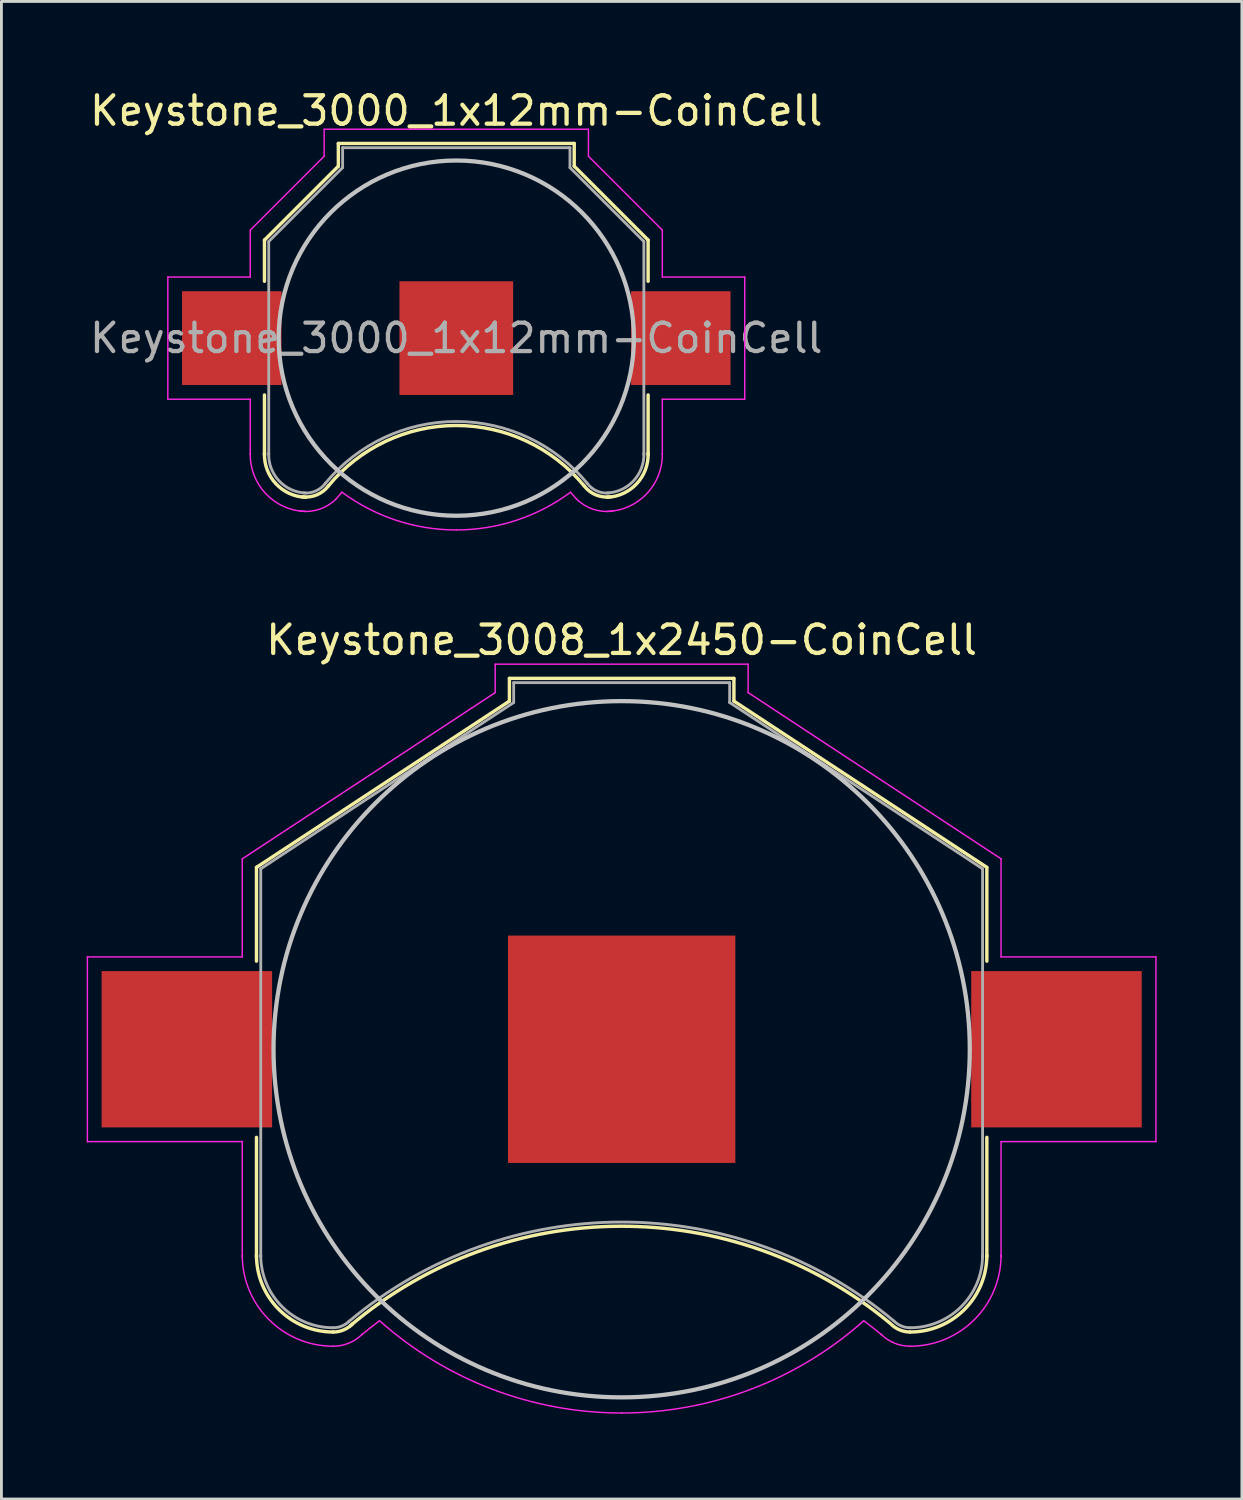
<source format=kicad_pcb>
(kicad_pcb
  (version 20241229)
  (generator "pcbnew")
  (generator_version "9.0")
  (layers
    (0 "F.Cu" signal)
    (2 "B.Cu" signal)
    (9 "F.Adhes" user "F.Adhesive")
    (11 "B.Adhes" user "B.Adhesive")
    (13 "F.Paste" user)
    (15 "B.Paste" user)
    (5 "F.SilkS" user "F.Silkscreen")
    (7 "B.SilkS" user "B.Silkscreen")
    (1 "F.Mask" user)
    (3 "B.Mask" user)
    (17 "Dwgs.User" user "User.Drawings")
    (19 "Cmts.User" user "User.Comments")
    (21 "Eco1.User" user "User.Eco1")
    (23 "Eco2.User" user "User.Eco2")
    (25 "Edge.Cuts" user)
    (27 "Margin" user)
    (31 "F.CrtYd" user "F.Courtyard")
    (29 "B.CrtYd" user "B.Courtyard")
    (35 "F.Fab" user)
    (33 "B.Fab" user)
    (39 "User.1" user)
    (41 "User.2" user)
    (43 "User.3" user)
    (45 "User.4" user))
  (footprint "Keystone_3000_1x12mm-CoinCell"
    (layer "F.Cu")
    (at 13.006 8.848)
    (property "Reference" "Keystone_3000_1x12mm-CoinCell" (at 0 -8 0) (layer "F.SilkS") (effects (font (size 1 1) (thickness 0.15))))
    (attr smd)
    (fp_line (start -6.75 -3.45) (end -4.15 -6.05) (stroke (width 0.12) (type solid)) (layer "F.SilkS"))
    (fp_line (start -6.75 -2) (end -6.75 -3.45) (stroke (width 0.12) (type solid)) (layer "F.SilkS"))
    (fp_line (start -6.75 2) (end -6.75 4.1) (stroke (width 0.12) (type solid)) (layer "F.SilkS"))
    (fp_line (start -4.15 -6.85) (end 4.15 -6.85) (stroke (width 0.12) (type solid)) (layer "F.SilkS"))
    (fp_line (start -4.15 -6.05) (end -4.15 -6.85) (stroke (width 0.12) (type solid)) (layer "F.SilkS"))
    (fp_line (start 4.15 -6.85) (end 4.15 -6.05) (stroke (width 0.12) (type solid)) (layer "F.SilkS"))
    (fp_line (start 4.15 -6.05) (end 6.75 -3.45) (stroke (width 0.12) (type solid)) (layer "F.SilkS"))
    (fp_line (start 6.75 -3.45) (end 6.75 -2) (stroke (width 0.12) (type solid)) (layer "F.SilkS"))
    (fp_line (start 6.75 2) (end 6.75 4.1) (stroke (width 0.12) (type solid)) (layer "F.SilkS"))
    (fp_arc (start -5.3 5.6) (mid -6.346016 5.125305) (end -6.75 4.05) (stroke (width 0.12) (type solid)) (layer "F.SilkS"))
    (fp_arc (start -4.5 5.2) (mid -4.90584 5.514615) (end -5.414615 5.58416) (stroke (width 0.12) (type solid)) (layer "F.SilkS"))
    (fp_arc (start -4.5 5.2) (mid -0.007341 3.0742) (end 4.490661 5.188671) (stroke (width 0.12) (type solid)) (layer "F.SilkS"))
    (fp_arc (start 5.414615 5.58416) (mid 4.90584 5.514615) (end 4.5 5.2) (stroke (width 0.12) (type solid)) (layer "F.SilkS"))
    (fp_arc (start 6.75 4.05) (mid 6.346016 5.125305) (end 5.3 5.6) (stroke (width 0.12) (type solid)) (layer "F.SilkS"))
    (fp_circle (center 0 0) (end 0 6.25) (stroke (width 0.15) (type solid)) (fill no) (layer "Dwgs.User"))
    (fp_line (start -10.15 -2.15) (end -10.15 2.15) (stroke (width 0.05) (type solid)) (layer "F.CrtYd"))
    (fp_line (start -10.15 2.15) (end -7.25 2.15) (stroke (width 0.05) (type solid)) (layer "F.CrtYd"))
    (fp_line (start -7.25 -3.8) (end -4.65 -6.4) (stroke (width 0.05) (type solid)) (layer "F.CrtYd"))
    (fp_line (start -7.25 -2.15) (end -10.15 -2.15) (stroke (width 0.05) (type solid)) (layer "F.CrtYd"))
    (fp_line (start -7.25 -2.15) (end -7.25 -3.8) (stroke (width 0.05) (type solid)) (layer "F.CrtYd"))
    (fp_line (start -7.25 2.15) (end -7.25 4.1) (stroke (width 0.05) (type solid)) (layer "F.CrtYd"))
    (fp_line (start -4.65 -7.35) (end 4.65 -7.35) (stroke (width 0.05) (type solid)) (layer "F.CrtYd"))
    (fp_line (start -4.65 -6.4) (end -4.65 -7.35) (stroke (width 0.05) (type solid)) (layer "F.CrtYd"))
    (fp_line (start 4.65 -6.4) (end 4.65 -7.35) (stroke (width 0.05) (type solid)) (layer "F.CrtYd"))
    (fp_line (start 7.25 -3.8) (end 4.65 -6.4) (stroke (width 0.05) (type solid)) (layer "F.CrtYd"))
    (fp_line (start 7.25 -2.15) (end 7.25 -3.8) (stroke (width 0.05) (type solid)) (layer "F.CrtYd"))
    (fp_line (start 7.25 -2.15) (end 10.15 -2.15) (stroke (width 0.05) (type solid)) (layer "F.CrtYd"))
    (fp_line (start 7.25 2.15) (end 7.25 4.1) (stroke (width 0.05) (type solid)) (layer "F.CrtYd"))
    (fp_line (start 10.15 -2.15) (end 10.15 2.15) (stroke (width 0.05) (type solid)) (layer "F.CrtYd"))
    (fp_line (start 10.15 2.15) (end 7.25 2.15) (stroke (width 0.05) (type solid)) (layer "F.CrtYd"))
    (fp_arc (start -5.3 6.1) (mid -6.699569 5.478858) (end -7.25 4.05) (stroke (width 0.05) (type solid)) (layer "F.CrtYd"))
    (fp_arc (start -4.22 5.65) (mid -4.814553 6.021742) (end -5.513125 6.082436) (stroke (width 0.05) (type solid)) (layer "F.CrtYd"))
    (fp_arc (start -4.22 5.65) (mid -4.123743 5.534157) (end -4.024388 5.42096) (stroke (width 0.05) (type solid)) (layer "F.CrtYd"))
    (fp_arc (start 0 6.75) (mid -2.119449 6.408622) (end -4.024518 5.419018) (stroke (width 0.05) (type solid)) (layer "F.CrtYd"))
    (fp_arc (start 4.024518 5.419018) (mid 2.119449 6.408622) (end 0 6.75) (stroke (width 0.05) (type solid)) (layer "F.CrtYd"))
    (fp_arc (start 4.02471 5.432858) (mid 4.123824 5.540108) (end 4.22 5.65) (stroke (width 0.05) (type solid)) (layer "F.CrtYd"))
    (fp_arc (start 5.513125 6.082436) (mid 4.814553 6.021742) (end 4.22 5.65) (stroke (width 0.05) (type solid)) (layer "F.CrtYd"))
    (fp_arc (start 7.25 4.05) (mid 6.699569 5.478858) (end 5.3 6.1) (stroke (width 0.05) (type solid)) (layer "F.CrtYd"))
    (fp_line (start -6.6 -3.4) (end -6.6 4.1) (stroke (width 0.1) (type solid)) (layer "F.Fab"))
    (fp_line (start -4 -6.7) (end -4 -6) (stroke (width 0.1) (type solid)) (layer "F.Fab"))
    (fp_line (start -4 -6.7) (end 4 -6.7) (stroke (width 0.1) (type solid)) (layer "F.Fab"))
    (fp_line (start -4 -6) (end -6.6 -3.4) (stroke (width 0.1) (type solid)) (layer "F.Fab"))
    (fp_line (start 4 -6.7) (end 4 -6) (stroke (width 0.1) (type solid)) (layer "F.Fab"))
    (fp_line (start 4 -6) (end 6.6 -3.4) (stroke (width 0.1) (type solid)) (layer "F.Fab"))
    (fp_line (start 6.6 -3.4) (end 6.6 4.1) (stroke (width 0.1) (type solid)) (layer "F.Fab"))
    (fp_arc (start -5.3 5.45) (mid -6.239949 5.019239) (end -6.6 4.05) (stroke (width 0.1) (type solid)) (layer "F.Fab"))
    (fp_arc (start -4.6 5.1) (mid -4.942443 5.378013) (end -5.378013 5.447558) (stroke (width 0.1) (type solid)) (layer "F.Fab"))
    (fp_arc (start -4.6 5.1) (mid 0.006214 2.93343) (end 4.607905 5.109589) (stroke (width 0.1) (type solid)) (layer "F.Fab"))
    (fp_arc (start 5.378013 5.447558) (mid 4.942442 5.378013) (end 4.6 5.1) (stroke (width 0.1) (type solid)) (layer "F.Fab"))
    (fp_arc (start 6.6 4.05) (mid 6.239949 5.019239) (end 5.3 5.45) (stroke (width 0.1) (type solid)) (layer "F.Fab"))
    (fp_text user "${REFERENCE}" (at 0 0 0) (layer "F.Fab") (effects (font (size 1 1) (thickness 0.15))))
    (pad "1" smd rect (at -7.9 0) (size 3.5 3.3) (layers "F.Cu" "F.Mask" "F.Paste"))
    (pad "1" smd rect (at 7.9 0) (size 3.5 3.3) (layers "F.Cu" "F.Mask" "F.Paste"))
    (pad "2" smd rect (at 0 0) (size 4 4) (layers "F.Cu" "F.Mask")))
  (footprint "Keystone_3008_1x2450-CoinCell"
    (layer "F.Cu")
    (at 18.825 33.871)
    (property "Reference" "Keystone_3008_1x2450-CoinCell" (at 0 -14.4 0) (layer "F.SilkS") (effects (font (size 1 1) (thickness 0.15))))
    (attr smd)
    (fp_line (start -12.85 -6.4) (end -12.85 -3.1) (stroke (width 0.12) (type solid)) (layer "F.SilkS"))
    (fp_line (start -12.85 3.1) (end -12.85 7.3) (stroke (width 0.12) (type solid)) (layer "F.SilkS"))
    (fp_line (start -3.95 -13.05) (end -3.95 -12.25) (stroke (width 0.12) (type solid)) (layer "F.SilkS"))
    (fp_line (start -3.95 -13.05) (end 3.95 -13.05) (stroke (width 0.12) (type solid)) (layer "F.SilkS"))
    (fp_line (start -3.95 -12.25) (end -12.85 -6.4) (stroke (width 0.12) (type solid)) (layer "F.SilkS"))
    (fp_line (start 3.95 -13.05) (end 3.95 -12.25) (stroke (width 0.12) (type solid)) (layer "F.SilkS"))
    (fp_line (start 3.95 -12.25) (end 12.85 -6.4) (stroke (width 0.12) (type solid)) (layer "F.SilkS"))
    (fp_line (start 12.85 -6.4) (end 12.85 -3.1) (stroke (width 0.12) (type solid)) (layer "F.SilkS"))
    (fp_line (start 12.85 3.1) (end 12.85 7.3) (stroke (width 0.12) (type solid)) (layer "F.SilkS"))
    (fp_arc (start -10.15 9.95) (mid -12.059188 9.159188) (end -12.85 7.25) (stroke (width 0.12) (type solid)) (layer "F.SilkS"))
    (fp_arc (start -9.55 9.73) (mid -0.071508 6.228057) (end 9.440443 9.638071) (stroke (width 0.12) (type solid)) (layer "F.SilkS"))
    (fp_arc (start -9.478249 9.671751) (mid -9.786451 9.877685) (end -10.15 9.95) (stroke (width 0.12) (type solid)) (layer "F.SilkS"))
    (fp_arc (start 10.15 9.95) (mid 9.786451 9.877686) (end 9.478249 9.671751) (stroke (width 0.12) (type solid)) (layer "F.SilkS"))
    (fp_arc (start 12.85 7.25) (mid 12.059188 9.159188) (end 10.15 9.95) (stroke (width 0.12) (type solid)) (layer "F.SilkS"))
    (fp_circle (center 0 0) (end 12.25 0) (stroke (width 0.15) (type solid)) (fill no) (layer "Dwgs.User"))
    (fp_line (start -18.8 -3.25) (end -18.8 3.25) (stroke (width 0.05) (type solid)) (layer "F.CrtYd"))
    (fp_line (start -18.8 3.25) (end -13.35 3.25) (stroke (width 0.05) (type solid)) (layer "F.CrtYd"))
    (fp_line (start -13.35 -6.7) (end -13.35 -3.25) (stroke (width 0.05) (type solid)) (layer "F.CrtYd"))
    (fp_line (start -13.35 -3.25) (end -18.8 -3.25) (stroke (width 0.05) (type solid)) (layer "F.CrtYd"))
    (fp_line (start -13.35 3.25) (end -13.35 7.3) (stroke (width 0.05) (type solid)) (layer "F.CrtYd"))
    (fp_line (start -4.45 -13.55) (end -4.45 -12.55) (stroke (width 0.05) (type solid)) (layer "F.CrtYd"))
    (fp_line (start -4.45 -13.55) (end 4.45 -13.55) (stroke (width 0.05) (type solid)) (layer "F.CrtYd"))
    (fp_line (start -4.45 -12.55) (end -13.35 -6.7) (stroke (width 0.05) (type solid)) (layer "F.CrtYd"))
    (fp_line (start 4.45 -13.55) (end 4.45 -12.55) (stroke (width 0.05) (type solid)) (layer "F.CrtYd"))
    (fp_line (start 4.45 -12.55) (end 13.35 -6.7) (stroke (width 0.05) (type solid)) (layer "F.CrtYd"))
    (fp_line (start 13.35 -6.7) (end 13.35 -3.25) (stroke (width 0.05) (type solid)) (layer "F.CrtYd"))
    (fp_line (start 13.35 -3.25) (end 18.8 -3.25) (stroke (width 0.05) (type solid)) (layer "F.CrtYd"))
    (fp_line (start 13.35 3.25) (end 13.35 7.3) (stroke (width 0.05) (type solid)) (layer "F.CrtYd"))
    (fp_line (start 18.8 -3.25) (end 18.8 3.25) (stroke (width 0.05) (type solid)) (layer "F.CrtYd"))
    (fp_line (start 18.8 3.25) (end 13.35 3.25) (stroke (width 0.05) (type solid)) (layer "F.CrtYd"))
    (fp_arc (start -10.15 10.45) (mid -12.412742 9.512742) (end -13.35 7.25) (stroke (width 0.05) (type solid)) (layer "F.CrtYd"))
    (fp_arc (start -9.15 10.05) (mid -8.840691 9.798786) (end -8.524488 9.556307) (stroke (width 0.05) (type solid)) (layer "F.CrtYd"))
    (fp_arc (start -9.124695 10.025305) (mid -9.595109 10.339626) (end -10.15 10.45) (stroke (width 0.05) (type solid)) (layer "F.CrtYd"))
    (fp_arc (start 0 12.8) (mid -4.55581 11.961797) (end -8.514949 9.556969) (stroke (width 0.05) (type solid)) (layer "F.CrtYd"))
    (fp_arc (start 8.514949 9.556969) (mid 4.55581 11.961798) (end 0 12.8) (stroke (width 0.05) (type solid)) (layer "F.CrtYd"))
    (fp_arc (start 8.524488 9.556307) (mid 8.840691 9.798786) (end 9.15 10.05) (stroke (width 0.05) (type solid)) (layer "F.CrtYd"))
    (fp_arc (start 10.15 10.45) (mid 9.595109 10.339625) (end 9.124695 10.025305) (stroke (width 0.05) (type solid)) (layer "F.CrtYd"))
    (fp_arc (start 13.35 7.25) (mid 12.412742 9.512742) (end 10.15 10.45) (stroke (width 0.05) (type solid)) (layer "F.CrtYd"))
    (fp_line (start -12.7 -6.35) (end -12.7 7.3) (stroke (width 0.1) (type solid)) (layer "F.Fab"))
    (fp_line (start -3.8 -12.9) (end -3.8 -12.2) (stroke (width 0.1) (type solid)) (layer "F.Fab"))
    (fp_line (start -3.8 -12.9) (end 3.8 -12.9) (stroke (width 0.1) (type solid)) (layer "F.Fab"))
    (fp_line (start -3.8 -12.2) (end -12.7 -6.35) (stroke (width 0.1) (type solid)) (layer "F.Fab"))
    (fp_line (start 3.8 -12.9) (end 3.8 -12.2) (stroke (width 0.1) (type solid)) (layer "F.Fab"))
    (fp_line (start 3.8 -12.2) (end 12.7 -6.35) (stroke (width 0.1) (type solid)) (layer "F.Fab"))
    (fp_line (start 12.7 -6.35) (end 12.7 7.3) (stroke (width 0.1) (type solid)) (layer "F.Fab"))
    (fp_arc (start -10.15 9.8) (mid -11.953122 9.053122) (end -12.7 7.25) (stroke (width 0.1) (type solid)) (layer "F.Fab"))
    (fp_arc (start -9.6 9.58) (mid -0.013392 6.081011) (end 9.579482 9.562783) (stroke (width 0.1) (type solid)) (layer "F.Fab"))
    (fp_arc (start -9.584315 9.565685) (mid -9.843853 9.739103) (end -10.15 9.8) (stroke (width 0.1) (type solid)) (layer "F.Fab"))
    (fp_arc (start 10.15 9.8) (mid 9.843853 9.739104) (end 9.584315 9.565685) (stroke (width 0.1) (type solid)) (layer "F.Fab"))
    (fp_arc (start 12.7 7.25) (mid 11.953122 9.053122) (end 10.15 9.8) (stroke (width 0.1) (type solid)) (layer "F.Fab"))
    (pad "1" smd rect (at -15.3 0) (size 6 5.5) (layers "F.Cu" "F.Mask" "F.Paste"))
    (pad "1" smd rect (at 15.3 0) (size 6 5.5) (layers "F.Cu" "F.Mask" "F.Paste"))
    (pad "2" smd rect (at 0 0) (size 8 8) (layers "F.Cu" "F.Mask")))
  (gr_rect
    (start -3 -3)
    (end 40.65 49.697)
    (stroke (width 0.1) (type default))
    (fill no)
    (layer "Edge.Cuts")))
</source>
